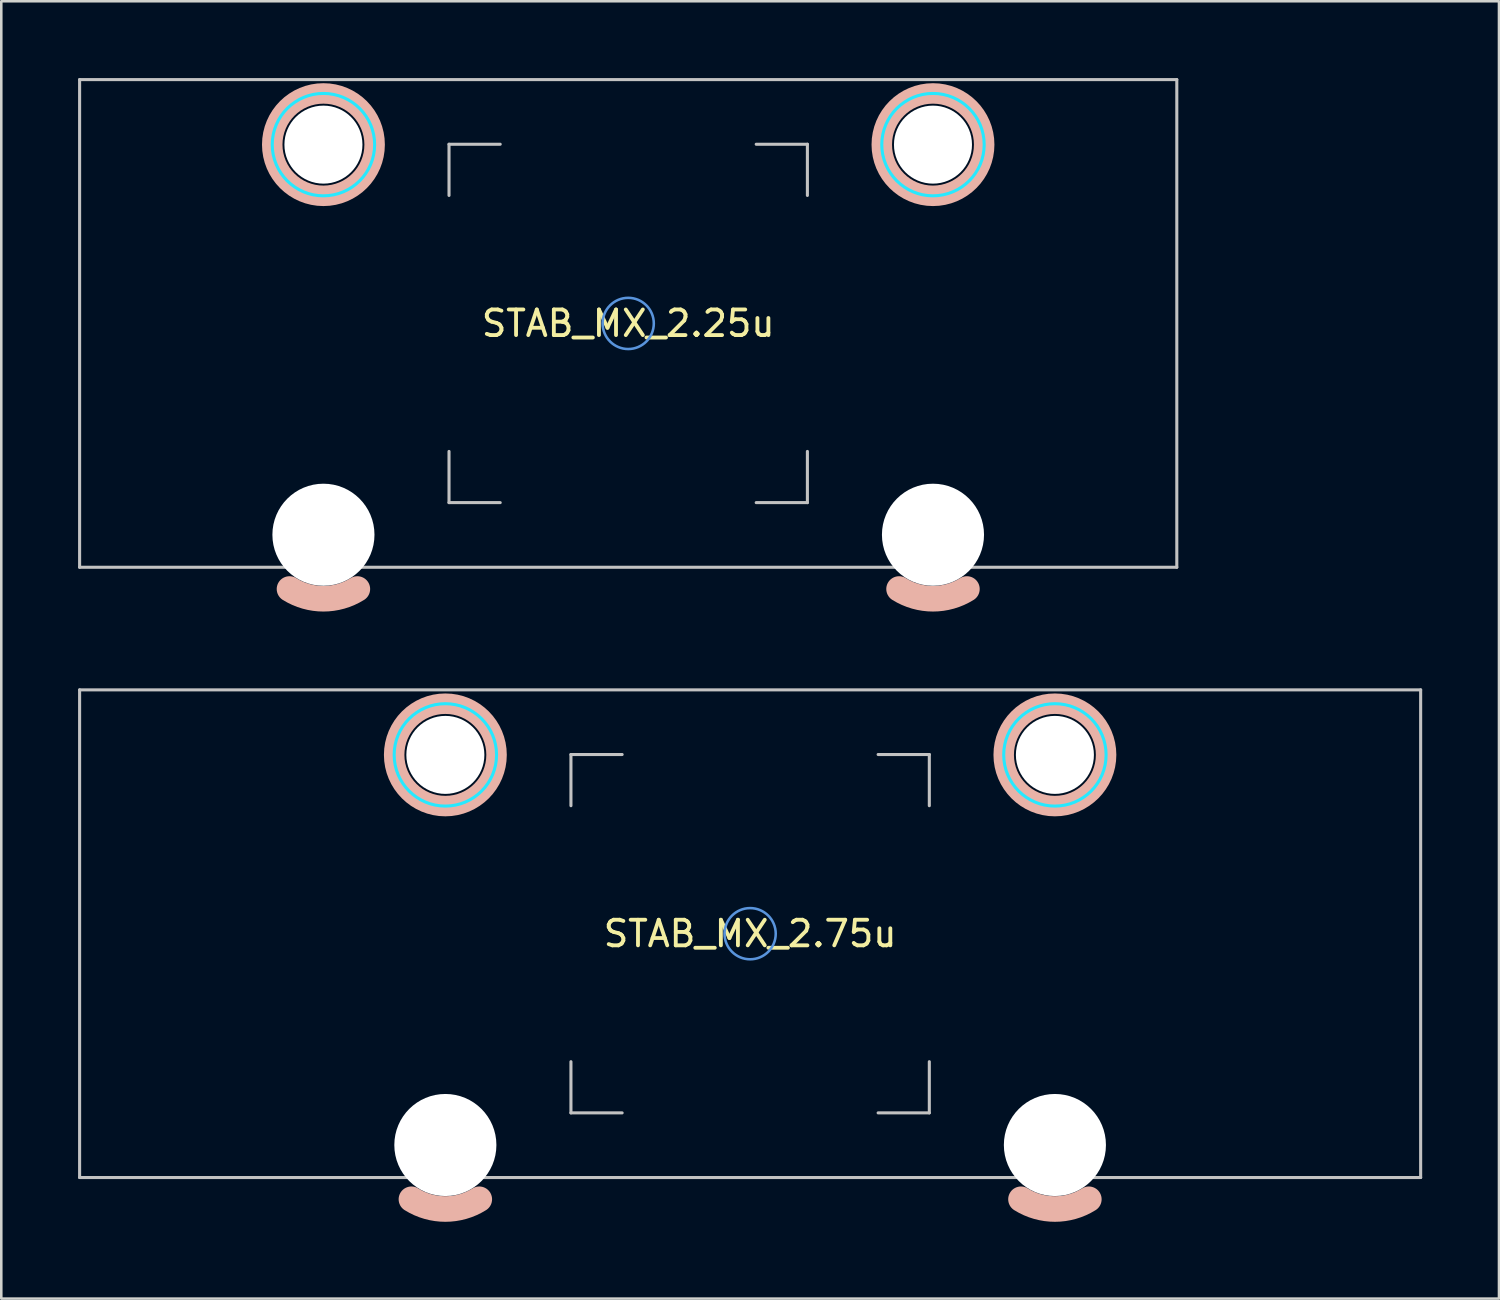
<source format=kicad_pcb>
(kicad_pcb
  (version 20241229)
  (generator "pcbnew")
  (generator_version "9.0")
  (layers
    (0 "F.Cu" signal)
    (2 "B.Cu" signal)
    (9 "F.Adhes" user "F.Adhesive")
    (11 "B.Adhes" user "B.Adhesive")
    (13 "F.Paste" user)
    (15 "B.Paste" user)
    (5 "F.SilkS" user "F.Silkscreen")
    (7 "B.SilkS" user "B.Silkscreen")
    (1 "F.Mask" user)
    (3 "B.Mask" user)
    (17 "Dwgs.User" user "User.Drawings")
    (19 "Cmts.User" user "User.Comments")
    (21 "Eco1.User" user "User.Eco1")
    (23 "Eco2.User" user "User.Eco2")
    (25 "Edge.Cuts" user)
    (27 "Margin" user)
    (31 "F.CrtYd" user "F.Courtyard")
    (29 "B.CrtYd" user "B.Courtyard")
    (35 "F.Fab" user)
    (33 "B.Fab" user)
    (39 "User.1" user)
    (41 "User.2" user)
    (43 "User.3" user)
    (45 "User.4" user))
  (footprint "STAB_MX_2.75u"
    (layer "F.Cu")
    (at 26.254 33.425)
    (property "Reference" "STAB_MX_2.75u" (at 0 0 0) (layer "F.SilkS") (effects (font (size 1 1) (thickness 0.15))))
    (attr through_hole exclude_from_pos_files exclude_from_bom)
    (fp_arc (start -10.581252 10.374995) (mid -11.90625 10.755) (end -13.231248 10.374995) (stroke (width 1) (type default)) (layer "B.SilkS"))
    (fp_arc (start 13.231248 10.374995) (mid 11.90625 10.755) (end 10.581252 10.374995) (stroke (width 1) (type default)) (layer "B.SilkS"))
    (fp_circle (center -11.906 -6.985) (end -13.906 -6.985) (stroke (width 0.8) (type solid)) (fill no) (layer "B.SilkS"))
    (fp_circle (center 11.906 -6.985) (end 9.906 -6.985) (stroke (width 0.8) (type solid)) (fill no) (layer "B.SilkS"))
    (fp_line (start -26.194 -9.525) (end -26.194 9.525) (stroke (width 0.12) (type solid)) (layer "Dwgs.User"))
    (fp_line (start -26.194 -9.525) (end 26.194 -9.525) (stroke (width 0.12) (type solid)) (layer "Dwgs.User"))
    (fp_line (start -26.194 9.525) (end 26.194 9.525) (stroke (width 0.12) (type solid)) (layer "Dwgs.User"))
    (fp_line (start -7 -7) (end -5 -7) (stroke (width 0.12) (type solid)) (layer "Dwgs.User"))
    (fp_line (start -7 -5) (end -7 -7) (stroke (width 0.12) (type solid)) (layer "Dwgs.User"))
    (fp_line (start -7 7) (end -7 5) (stroke (width 0.12) (type solid)) (layer "Dwgs.User"))
    (fp_line (start -5 7) (end -7 7) (stroke (width 0.12) (type solid)) (layer "Dwgs.User"))
    (fp_line (start 5 -7) (end 7 -7) (stroke (width 0.12) (type solid)) (layer "Dwgs.User"))
    (fp_line (start 5 7) (end 7 7) (stroke (width 0.12) (type solid)) (layer "Dwgs.User"))
    (fp_line (start 7 -7) (end 7 -5) (stroke (width 0.12) (type solid)) (layer "Dwgs.User"))
    (fp_line (start 7 7) (end 7 5) (stroke (width 0.12) (type solid)) (layer "Dwgs.User"))
    (fp_line (start 26.194 -9.525) (end 26.194 9.525) (stroke (width 0.12) (type solid)) (layer "Dwgs.User"))
    (fp_circle (center 0 0) (end 0 -1) (stroke (width 0.1) (type default)) (fill no) (layer "Cmts.User"))
    (fp_line (start -15.281 -5.5) (end -15.281 7.5) (stroke (width 0.05) (type solid)) (layer "Eco2.User"))
    (fp_line (start -14.781 -6) (end -9.031 -6) (stroke (width 0.05) (type solid)) (layer "Eco2.User"))
    (fp_line (start -14.781 8) (end -9.031 8) (stroke (width 0.05) (type solid)) (layer "Eco2.User"))
    (fp_line (start -8.531 -5.5) (end -8.531 7.5) (stroke (width 0.05) (type solid)) (layer "Eco2.User"))
    (fp_line (start 8.531 -5.5) (end 8.531 7.5) (stroke (width 0.05) (type solid)) (layer "Eco2.User"))
    (fp_line (start 9.031 -6) (end 14.78 -6) (stroke (width 0.05) (type solid)) (layer "Eco2.User"))
    (fp_line (start 9.031 8) (end 14.781 8) (stroke (width 0.05) (type solid)) (layer "Eco2.User"))
    (fp_line (start 15.28 -5.5) (end 15.281 7.5) (stroke (width 0.05) (type solid)) (layer "Eco2.User"))
    (fp_arc (start -15.28125 -5.499999) (mid -15.134803 -5.853552) (end -14.78125 -5.999999) (stroke (width 0.05) (type solid)) (layer "Eco2.User"))
    (fp_arc (start -14.78125 8.000001) (mid -15.134803 7.853554) (end -15.28125 7.500001) (stroke (width 0.05) (type solid)) (layer "Eco2.User"))
    (fp_arc (start -9.03125 -5.999999) (mid -8.677697 -5.853552) (end -8.53125 -5.499999) (stroke (width 0.05) (type solid)) (layer "Eco2.User"))
    (fp_arc (start -8.53125 7.500001) (mid -8.677697 7.853554) (end -9.03125 8.000001) (stroke (width 0.05) (type solid)) (layer "Eco2.User"))
    (fp_arc (start 8.53125 -5.499999) (mid 8.677697 -5.853552) (end 9.03125 -5.999999) (stroke (width 0.05) (type solid)) (layer "Eco2.User"))
    (fp_arc (start 9.03125 8.000001) (mid 8.677697 7.853554) (end 8.53125 7.500001) (stroke (width 0.05) (type solid)) (layer "Eco2.User"))
    (fp_arc (start 14.780039 -5.999999) (mid 15.133592 -5.853552) (end 15.280039 -5.499999) (stroke (width 0.05) (type solid)) (layer "Eco2.User"))
    (fp_arc (start 15.28125 7.500001) (mid 15.134803 7.853554) (end 14.78125 8.000001) (stroke (width 0.05) (type solid)) (layer "Eco2.User"))
    (fp_circle (center -11.906 -6.985) (end -9.906 -6.985) (stroke (width 0.12) (type solid)) (fill no) (layer "B.CrtYd"))
    (fp_circle (center 11.906 -6.985) (end 13.906 -6.985) (stroke (width 0.12) (type solid)) (fill no) (layer "B.CrtYd"))
    (pad "" np_thru_hole circle (at -11.906 -6.985) (size 3.048 3.048) (drill 3.048) (layers "*.Cu" "*.Mask"))
    (pad "" np_thru_hole circle (at -11.906 8.255) (size 3.988 3.988) (drill 3.988) (layers "*.Cu" "*.Mask"))
    (pad "" np_thru_hole circle (at 11.906 -6.985) (size 3.048 3.048) (drill 3.048) (layers "*.Cu" "*.Mask"))
    (pad "" np_thru_hole circle (at 11.906 8.255) (size 3.988 3.988) (drill 3.988) (layers "*.Cu" "*.Mask")))
  (footprint "STAB_MX_2.25u"
    (layer "F.Cu")
    (at 21.491 9.585)
    (property "Reference" "STAB_MX_2.25u" (at 0 0 0) (layer "F.SilkS") (effects (font (size 1 1) (thickness 0.15))))
    (attr through_hole exclude_from_pos_files exclude_from_bom)
    (fp_arc (start -10.581252 10.374995) (mid -11.90625 10.755) (end -13.231248 10.374995) (stroke (width 1) (type default)) (layer "B.SilkS"))
    (fp_arc (start 13.231248 10.374995) (mid 11.90625 10.755) (end 10.581252 10.374995) (stroke (width 1) (type default)) (layer "B.SilkS"))
    (fp_circle (center -11.906 -6.985) (end -13.906 -6.985) (stroke (width 0.8) (type solid)) (fill no) (layer "B.SilkS"))
    (fp_circle (center 11.906 -6.985) (end 9.906 -6.985) (stroke (width 0.8) (type solid)) (fill no) (layer "B.SilkS"))
    (fp_line (start -21.431 -9.525) (end -21.431 9.525) (stroke (width 0.12) (type solid)) (layer "Dwgs.User"))
    (fp_line (start -21.431 -9.525) (end 21.431 -9.525) (stroke (width 0.12) (type solid)) (layer "Dwgs.User"))
    (fp_line (start -21.431 9.525) (end 21.431 9.525) (stroke (width 0.12) (type solid)) (layer "Dwgs.User"))
    (fp_line (start -7 -7) (end -5 -7) (stroke (width 0.12) (type solid)) (layer "Dwgs.User"))
    (fp_line (start -7 -5) (end -7 -7) (stroke (width 0.12) (type solid)) (layer "Dwgs.User"))
    (fp_line (start -7 7) (end -7 5) (stroke (width 0.12) (type solid)) (layer "Dwgs.User"))
    (fp_line (start -5 7) (end -7 7) (stroke (width 0.12) (type solid)) (layer "Dwgs.User"))
    (fp_line (start 5 -7) (end 7 -7) (stroke (width 0.12) (type solid)) (layer "Dwgs.User"))
    (fp_line (start 5 7) (end 7 7) (stroke (width 0.12) (type solid)) (layer "Dwgs.User"))
    (fp_line (start 7 -7) (end 7 -5) (stroke (width 0.12) (type solid)) (layer "Dwgs.User"))
    (fp_line (start 7 7) (end 7 5) (stroke (width 0.12) (type solid)) (layer "Dwgs.User"))
    (fp_line (start 21.431 -9.525) (end 21.431 9.525) (stroke (width 0.12) (type solid)) (layer "Dwgs.User"))
    (fp_circle (center 0 0) (end 0 -1) (stroke (width 0.1) (type default)) (fill no) (layer "Cmts.User"))
    (fp_line (start -15.281 -5.5) (end -15.281 7.5) (stroke (width 0.05) (type solid)) (layer "Eco2.User"))
    (fp_line (start -14.781 -6) (end -9.031 -6) (stroke (width 0.05) (type solid)) (layer "Eco2.User"))
    (fp_line (start -14.781 8) (end -9.031 8) (stroke (width 0.05) (type solid)) (layer "Eco2.User"))
    (fp_line (start -8.531 -5.5) (end -8.531 7.5) (stroke (width 0.05) (type solid)) (layer "Eco2.User"))
    (fp_line (start 8.531 -5.5) (end 8.531 7.5) (stroke (width 0.05) (type solid)) (layer "Eco2.User"))
    (fp_line (start 9.031 -6) (end 14.78 -6) (stroke (width 0.05) (type solid)) (layer "Eco2.User"))
    (fp_line (start 9.031 8) (end 14.781 8) (stroke (width 0.05) (type solid)) (layer "Eco2.User"))
    (fp_line (start 15.28 -5.5) (end 15.281 7.5) (stroke (width 0.05) (type solid)) (layer "Eco2.User"))
    (fp_arc (start -15.28125 -5.499999) (mid -15.134803 -5.853552) (end -14.78125 -5.999999) (stroke (width 0.05) (type solid)) (layer "Eco2.User"))
    (fp_arc (start -14.78125 8.000001) (mid -15.134803 7.853554) (end -15.28125 7.500001) (stroke (width 0.05) (type solid)) (layer "Eco2.User"))
    (fp_arc (start -9.03125 -5.999999) (mid -8.677697 -5.853552) (end -8.53125 -5.499999) (stroke (width 0.05) (type solid)) (layer "Eco2.User"))
    (fp_arc (start -8.53125 7.500001) (mid -8.677697 7.853554) (end -9.03125 8.000001) (stroke (width 0.05) (type solid)) (layer "Eco2.User"))
    (fp_arc (start 8.53125 -5.499999) (mid 8.677697 -5.853552) (end 9.03125 -5.999999) (stroke (width 0.05) (type solid)) (layer "Eco2.User"))
    (fp_arc (start 9.03125 8.000001) (mid 8.677697 7.853554) (end 8.53125 7.500001) (stroke (width 0.05) (type solid)) (layer "Eco2.User"))
    (fp_arc (start 14.780039 -5.999999) (mid 15.133592 -5.853552) (end 15.280039 -5.499999) (stroke (width 0.05) (type solid)) (layer "Eco2.User"))
    (fp_arc (start 15.28125 7.500001) (mid 15.134803 7.853554) (end 14.78125 8.000001) (stroke (width 0.05) (type solid)) (layer "Eco2.User"))
    (fp_circle (center -11.906 -6.985) (end -9.906 -6.985) (stroke (width 0.12) (type solid)) (fill no) (layer "B.CrtYd"))
    (fp_circle (center 11.906 -6.985) (end 13.906 -6.985) (stroke (width 0.12) (type solid)) (fill no) (layer "B.CrtYd"))
    (pad "" np_thru_hole circle (at -11.906 -6.985) (size 3.048 3.048) (drill 3.048) (layers "*.Cu" "*.Mask"))
    (pad "" np_thru_hole circle (at -11.906 8.255) (size 3.988 3.988) (drill 3.988) (layers "*.Cu" "*.Mask"))
    (pad "" np_thru_hole circle (at 11.906 -6.985) (size 3.048 3.048) (drill 3.048) (layers "*.Cu" "*.Mask"))
    (pad "" np_thru_hole circle (at 11.906 8.255) (size 3.988 3.988) (drill 3.988) (layers "*.Cu" "*.Mask")))
  (gr_rect
    (start -3 -3)
    (end 55.508 47.68)
    (stroke (width 0.1) (type default))
    (fill no)
    (layer "Edge.Cuts")))
</source>
